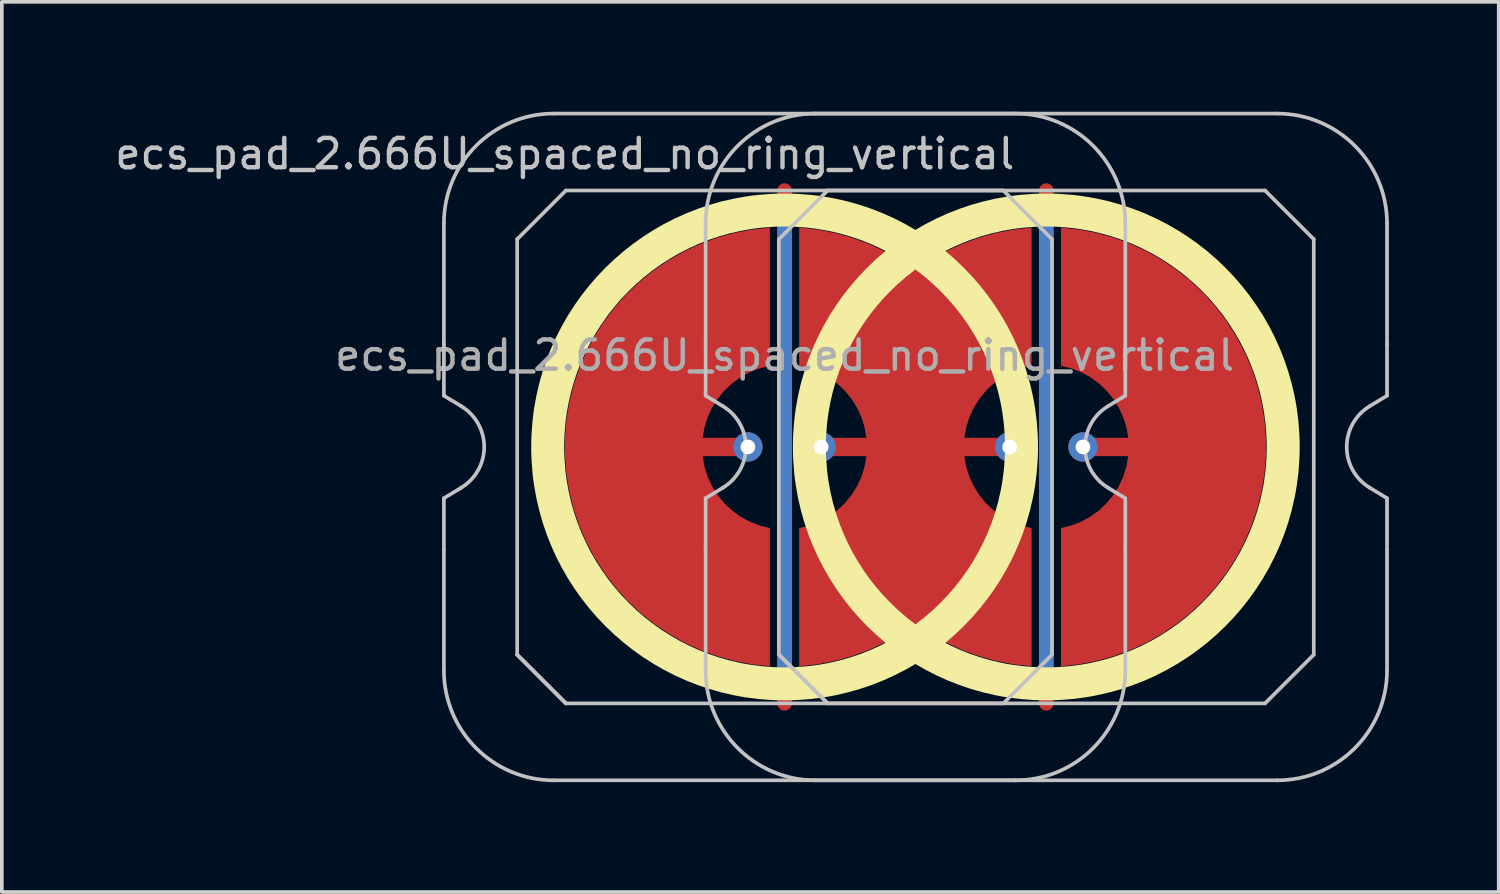
<source format=kicad_pcb>
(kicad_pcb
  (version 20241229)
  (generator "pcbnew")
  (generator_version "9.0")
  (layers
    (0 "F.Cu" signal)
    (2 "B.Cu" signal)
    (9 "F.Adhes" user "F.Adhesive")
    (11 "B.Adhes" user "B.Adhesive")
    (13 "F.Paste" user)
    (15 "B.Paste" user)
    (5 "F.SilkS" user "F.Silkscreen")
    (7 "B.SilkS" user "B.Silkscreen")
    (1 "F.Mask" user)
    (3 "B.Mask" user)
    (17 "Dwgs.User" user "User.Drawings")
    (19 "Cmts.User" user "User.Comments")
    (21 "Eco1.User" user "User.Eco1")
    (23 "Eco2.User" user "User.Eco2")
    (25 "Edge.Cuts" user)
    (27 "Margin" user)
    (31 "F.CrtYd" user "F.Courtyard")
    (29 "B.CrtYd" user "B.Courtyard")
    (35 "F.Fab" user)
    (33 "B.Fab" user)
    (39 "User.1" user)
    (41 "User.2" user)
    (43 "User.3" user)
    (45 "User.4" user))
  (footprint "ecs_pad_2.666U_spaced_no_ring_vertical"
    (layer "F.Cu")
    (at 25.51 9.15)
    (property "Reference" "ecs_pad_2.666U_spaced_no_ring_vertical" (at -13.143 -8 0) (layer "Dwgs.User") (effects (font (size 0.8 0.8) (thickness 0.12))))
    (attr smd)
    (fp_circle (center -7.143 0) (end -0.676 0) (stroke (width 0.9) (type solid)) (fill no) (layer "F.SilkS"))
    (fp_circle (center 0 0) (end 6.467 0) (stroke (width 0.9) (type solid)) (fill no) (layer "F.SilkS"))
    (fp_line (start -16.443 -2.805) (end -16.443 -6.1) (stroke (width 0.1) (type solid)) (layer "Dwgs.User"))
    (fp_line (start -16.443 -1.4) (end -16.443 -2.805) (stroke (width 0.1) (type solid)) (layer "Dwgs.User"))
    (fp_line (start -16.443 1.4) (end -15.967 1.111) (stroke (width 0.1) (type solid)) (layer "Dwgs.User"))
    (fp_line (start -16.443 2.805) (end -16.443 1.4) (stroke (width 0.1) (type solid)) (layer "Dwgs.User"))
    (fp_line (start -16.443 6.1) (end -16.443 2.805) (stroke (width 0.1) (type solid)) (layer "Dwgs.User"))
    (fp_line (start -15.967 -1.111) (end -16.443 -1.4) (stroke (width 0.1) (type solid)) (layer "Dwgs.User"))
    (fp_line (start -14.443 -5.67) (end -13.113 -7) (stroke (width 0.1) (type solid)) (layer "Dwgs.User"))
    (fp_line (start -14.443 5.67) (end -14.443 -5.67) (stroke (width 0.1) (type solid)) (layer "Dwgs.User"))
    (fp_line (start -14.443 5.67) (end -13.113 7) (stroke (width 0.1) (type solid)) (layer "Dwgs.User"))
    (fp_line (start -13.443 -9.1) (end -0.843 -9.1) (stroke (width 0.1) (type solid)) (layer "Dwgs.User"))
    (fp_line (start -13.113 -7) (end -1.173 -7) (stroke (width 0.1) (type solid)) (layer "Dwgs.User"))
    (fp_line (start -13.113 7) (end -14.443 5.67) (stroke (width 0.1) (type solid)) (layer "Dwgs.User"))
    (fp_line (start -9.299 -2.805) (end -9.299 -6.1) (stroke (width 0.1) (type solid)) (layer "Dwgs.User"))
    (fp_line (start -9.299 -1.4) (end -9.299 -2.805) (stroke (width 0.1) (type solid)) (layer "Dwgs.User"))
    (fp_line (start -9.299 1.4) (end -8.824 1.111) (stroke (width 0.1) (type solid)) (layer "Dwgs.User"))
    (fp_line (start -9.299 2.805) (end -9.299 1.4) (stroke (width 0.1) (type solid)) (layer "Dwgs.User"))
    (fp_line (start -9.299 6.1) (end -9.299 2.805) (stroke (width 0.1) (type solid)) (layer "Dwgs.User"))
    (fp_line (start -8.824 -1.111) (end -9.299 -1.4) (stroke (width 0.1) (type solid)) (layer "Dwgs.User"))
    (fp_line (start -7.299 -5.67) (end -5.969 -7) (stroke (width 0.1) (type solid)) (layer "Dwgs.User"))
    (fp_line (start -7.299 5.67) (end -7.299 -5.67) (stroke (width 0.1) (type solid)) (layer "Dwgs.User"))
    (fp_line (start -7.299 5.67) (end -5.969 7) (stroke (width 0.1) (type solid)) (layer "Dwgs.User"))
    (fp_line (start -6.299 -9.1) (end 6.301 -9.1) (stroke (width 0.1) (type solid)) (layer "Dwgs.User"))
    (fp_line (start -5.969 -7) (end 5.971 -7) (stroke (width 0.1) (type solid)) (layer "Dwgs.User"))
    (fp_line (start -5.969 7) (end -7.299 5.67) (stroke (width 0.1) (type solid)) (layer "Dwgs.User"))
    (fp_line (start -1.173 -7) (end 0.157 -5.67) (stroke (width 0.1) (type solid)) (layer "Dwgs.User"))
    (fp_line (start -1.173 7) (end -13.113 7) (stroke (width 0.1) (type solid)) (layer "Dwgs.User"))
    (fp_line (start -0.843 9.1) (end -13.443 9.1) (stroke (width 0.1) (type solid)) (layer "Dwgs.User"))
    (fp_line (start 0.157 -5.67) (end 0.157 5.67) (stroke (width 0.1) (type solid)) (layer "Dwgs.User"))
    (fp_line (start 0.157 5.67) (end -1.173 7) (stroke (width 0.1) (type solid)) (layer "Dwgs.User"))
    (fp_line (start 1.681 1.111) (end 2.157 1.4) (stroke (width 0.1) (type solid)) (layer "Dwgs.User"))
    (fp_line (start 2.157 -6.1) (end 2.157 -2.805) (stroke (width 0.1) (type solid)) (layer "Dwgs.User"))
    (fp_line (start 2.157 -2.805) (end 2.157 -1.4) (stroke (width 0.1) (type solid)) (layer "Dwgs.User"))
    (fp_line (start 2.157 -1.4) (end 1.681 -1.111) (stroke (width 0.1) (type solid)) (layer "Dwgs.User"))
    (fp_line (start 2.157 1.4) (end 2.157 2.805) (stroke (width 0.1) (type solid)) (layer "Dwgs.User"))
    (fp_line (start 2.157 2.805) (end 2.157 6.1) (stroke (width 0.1) (type solid)) (layer "Dwgs.User"))
    (fp_line (start 5.971 -7) (end 7.301 -5.67) (stroke (width 0.1) (type solid)) (layer "Dwgs.User"))
    (fp_line (start 5.971 7) (end -5.969 7) (stroke (width 0.1) (type solid)) (layer "Dwgs.User"))
    (fp_line (start 6.301 9.1) (end -6.299 9.1) (stroke (width 0.1) (type solid)) (layer "Dwgs.User"))
    (fp_line (start 7.301 -5.67) (end 7.301 5.67) (stroke (width 0.1) (type solid)) (layer "Dwgs.User"))
    (fp_line (start 7.301 5.67) (end 5.971 7) (stroke (width 0.1) (type solid)) (layer "Dwgs.User"))
    (fp_line (start 8.825 1.111) (end 9.301 1.4) (stroke (width 0.1) (type solid)) (layer "Dwgs.User"))
    (fp_line (start 9.301 -6.1) (end 9.301 -2.805) (stroke (width 0.1) (type solid)) (layer "Dwgs.User"))
    (fp_line (start 9.301 -2.805) (end 9.301 -1.4) (stroke (width 0.1) (type solid)) (layer "Dwgs.User"))
    (fp_line (start 9.301 -1.4) (end 8.825 -1.111) (stroke (width 0.1) (type solid)) (layer "Dwgs.User"))
    (fp_line (start 9.301 1.4) (end 9.301 2.805) (stroke (width 0.1) (type solid)) (layer "Dwgs.User"))
    (fp_line (start 9.301 2.805) (end 9.301 6.1) (stroke (width 0.1) (type solid)) (layer "Dwgs.User"))
    (fp_arc (start -16.442954 -6.1) (mid -15.564274 -8.22132) (end -13.442954 -9.1) (stroke (width 0.1) (type solid)) (layer "Dwgs.User"))
    (fp_arc (start -15.967287 -1.110619) (mid -15.342954 0) (end -15.967287 1.110619) (stroke (width 0.1) (type solid)) (layer "Dwgs.User"))
    (fp_arc (start -13.442954 9.1) (mid -15.564274 8.22132) (end -16.442954 6.1) (stroke (width 0.1) (type solid)) (layer "Dwgs.User"))
    (fp_arc (start -9.299204 -6.1) (mid -8.420524 -8.22132) (end -6.299204 -9.1) (stroke (width 0.1) (type solid)) (layer "Dwgs.User"))
    (fp_arc (start -8.823537 -1.110619) (mid -8.199204 0) (end -8.823537 1.110619) (stroke (width 0.1) (type solid)) (layer "Dwgs.User"))
    (fp_arc (start -6.299204 9.1) (mid -8.420524 8.22132) (end -9.299204 6.1) (stroke (width 0.1) (type solid)) (layer "Dwgs.User"))
    (fp_arc (start -0.842954 -9.1) (mid 1.278366 -8.22132) (end 2.157046 -6.1) (stroke (width 0.1) (type solid)) (layer "Dwgs.User"))
    (fp_arc (start 1.681379 1.110619) (mid 1.057046 0) (end 1.681379 -1.110619) (stroke (width 0.1) (type solid)) (layer "Dwgs.User"))
    (fp_arc (start 2.157046 6.1) (mid 1.278366 8.22132) (end -0.842954 9.1) (stroke (width 0.1) (type solid)) (layer "Dwgs.User"))
    (fp_arc (start 6.300796 -9.1) (mid 8.422116 -8.22132) (end 9.300796 -6.1) (stroke (width 0.1) (type solid)) (layer "Dwgs.User"))
    (fp_arc (start 8.825129 1.110619) (mid 8.200796 0) (end 8.825129 -1.110619) (stroke (width 0.1) (type solid)) (layer "Dwgs.User"))
    (fp_arc (start 9.300796 6.1) (mid 8.422116 8.22132) (end 6.300796 9.1) (stroke (width 0.1) (type solid)) (layer "Dwgs.User"))
    (fp_text user "${REFERENCE}" (at -7.143 -2.5 0) (layer "F.Fab") (effects (font (size 0.8 0.8) (thickness 0.12))))
    (pad "1" smd custom (at -8.145 0) (size 0.4 0.4) (layers "F.Cu") (options (anchor circle)) (primitives (gr_poly (pts (xy 0.6 -2.214) (xy 0.32 -2.145) (xy 0.052 -2.041) (xy -0.201 -1.903) (xy -0.434 -1.734) (xy -0.644 -1.536) (xy -0.826 -1.314) (xy -0.979 -1.07) (xy -1.1 -0.808) (xy -1.186 -0.534) (xy -1.236 -0.25) (xy 0 -0.25) (xy 0.096 -0.231) (xy 0.177 -0.177) (xy 0.231 -0.096) (xy 0.25 0) (xy 0.231 0.096) (xy 0.177 0.177) (xy 0.096 0.231) (xy 0 0.25) (xy -1.236 0.25) (xy -1.186 0.534) (xy -1.1 0.808) (xy -0.979 1.07) (xy -0.826 1.314) (xy -0.644 1.536) (xy -0.434 1.734) (xy -0.201 1.903) (xy 0.052 2.041) (xy 0.32 2.145) (xy 0.6 2.214) (xy 0.6 5.987) (xy 0.115 5.934) (xy -0.364 5.843) (xy -0.834 5.713) (xy -1.292 5.545) (xy -1.735 5.341) (xy -2.159 5.101) (xy -2.563 4.827) (xy -2.943 4.522) (xy -3.298 4.187) (xy -3.623 3.824) (xy -3.919 3.436) (xy -4.182 3.025) (xy -4.41 2.594) (xy -4.603 2.147) (xy -4.759 1.684) (xy -4.876 1.211) (xy -4.955 0.73) (xy -4.995 0.244) (xy -4.995 -0.244) (xy -4.955 -0.73) (xy -4.876 -1.211) (xy -4.759 -1.684) (xy -4.603 -2.147) (xy -4.41 -2.594) (xy -4.182 -3.025) (xy -3.919 -3.436) (xy -3.623 -3.824) (xy -3.298 -4.187) (xy -2.943 -4.522) (xy -2.563 -4.827) (xy -2.159 -5.101) (xy -1.735 -5.341) (xy -1.292 -5.545) (xy -0.834 -5.713) (xy -0.364 -5.843) (xy 0.115 -5.934) (xy 0.6 -5.987)) (width 0) (fill yes))))
    (pad "1" thru_hole circle (at -8.145 0) (size 0.8 0.8) (drill 0.4) (layers "*.Cu"))
    (pad "2" thru_hole circle (at -6.143 0) (size 0.8 0.8) (drill 0.4) (layers "*.Cu"))
    (pad "2" smd custom (at -1.001 0) (size 0.282 0.282) (layers "F.Cu") (options (anchor circle)) (primitives (gr_poly (pts (xy 0.6 5.987) (xy 0.6 2.214) (xy 0.32 2.145) (xy 0.052 2.041) (xy -0.201 1.903) (xy -0.434 1.734) (xy -0.644 1.536) (xy -0.826 1.314) (xy -0.979 1.07) (xy -1.1 0.808) (xy -1.186 0.534) (xy -1.236 0.25) (xy 0 0.25) (xy 0.096 0.231) (xy 0.177 0.177) (xy 0.231 0.096) (xy 0.25 0) (xy 0.231 -0.096) (xy 0.177 -0.177) (xy 0.096 -0.231) (xy 0 -0.25) (xy -1.236 -0.25) (xy -1.186 -0.534) (xy -1.1 -0.808) (xy -0.979 -1.07) (xy -0.826 -1.314) (xy -0.644 -1.536) (xy -0.434 -1.734) (xy -0.201 -1.903) (xy 0.052 -2.041) (xy 0.32 -2.145) (xy 0.6 -2.214) (xy 0.6 -5.987) (xy 0.114 -5.934) (xy -0.367 -5.842) (xy -0.838 -5.711) (xy -1.298 -5.543) (xy -1.742 -5.337) (xy -2.167 -5.096) (xy -2.572 -4.821) (xy -2.977 -5.096) (xy -3.402 -5.337) (xy -3.846 -5.543) (xy -4.305 -5.711) (xy -4.777 -5.842) (xy -5.257 -5.934) (xy -5.744 -5.987) (xy -5.744 -2.214) (xy -5.464 -2.145) (xy -5.196 -2.041) (xy -4.943 -1.903) (xy -4.71 -1.734) (xy -4.5 -1.537) (xy -4.317 -1.314) (xy -4.164 -1.07) (xy -4.044 -0.808) (xy -3.958 -0.534) (xy -3.908 -0.25) (xy -5.144 -0.25) (xy -5.239 -0.231) (xy -5.32 -0.177) (xy -5.375 -0.096) (xy -5.394 0) (xy -5.375 0.096) (xy -5.32 0.177) (xy -5.239 0.231) (xy -5.144 0.25) (xy -3.908 0.25) (xy -3.958 0.534) (xy -4.044 0.808) (xy -4.164 1.07) (xy -4.317 1.314) (xy -4.5 1.537) (xy -4.71 1.734) (xy -4.943 1.903) (xy -5.196 2.041) (xy -5.464 2.145) (xy -5.744 2.214) (xy -5.744 5.987) (xy -5.257 5.934) (xy -4.777 5.842) (xy -4.305 5.711) (xy -3.846 5.543) (xy -3.402 5.337) (xy -2.977 5.096) (xy -2.572 4.821) (xy -2.167 5.096) (xy -1.741 5.337) (xy -1.298 5.543) (xy -0.838 5.711) (xy -0.367 5.842) (xy 0.114 5.934)) (width 0) (fill yes))))
    (pad "2" thru_hole circle (at -1.001 0 180) (size 0.8 0.8) (drill 0.4) (layers "*.Cu"))
    (pad "3" smd custom (at 1.001 0 180) (size 0.4 0.4) (layers "F.Cu") (options (anchor circle)) (primitives (gr_poly (pts (xy 0.6 -2.214) (xy 0.32 -2.145) (xy 0.052 -2.041) (xy -0.201 -1.903) (xy -0.434 -1.734) (xy -0.644 -1.536) (xy -0.826 -1.314) (xy -0.979 -1.07) (xy -1.1 -0.808) (xy -1.186 -0.534) (xy -1.236 -0.25) (xy 0 -0.25) (xy 0.096 -0.231) (xy 0.177 -0.177) (xy 0.231 -0.096) (xy 0.25 0) (xy 0.231 0.096) (xy 0.177 0.177) (xy 0.096 0.231) (xy 0 0.25) (xy -1.236 0.25) (xy -1.186 0.534) (xy -1.1 0.808) (xy -0.979 1.07) (xy -0.826 1.314) (xy -0.644 1.536) (xy -0.434 1.734) (xy -0.201 1.903) (xy 0.052 2.041) (xy 0.32 2.145) (xy 0.6 2.214) (xy 0.6 5.987) (xy 0.115 5.934) (xy -0.364 5.843) (xy -0.834 5.713) (xy -1.292 5.545) (xy -1.735 5.341) (xy -2.159 5.101) (xy -2.563 4.827) (xy -2.943 4.522) (xy -3.298 4.187) (xy -3.623 3.824) (xy -3.919 3.436) (xy -4.182 3.025) (xy -4.41 2.594) (xy -4.603 2.147) (xy -4.759 1.684) (xy -4.876 1.211) (xy -4.955 0.73) (xy -4.995 0.244) (xy -4.995 -0.244) (xy -4.955 -0.73) (xy -4.876 -1.211) (xy -4.759 -1.684) (xy -4.603 -2.147) (xy -4.41 -2.594) (xy -4.182 -3.025) (xy -3.919 -3.436) (xy -3.623 -3.824) (xy -3.298 -4.187) (xy -2.943 -4.522) (xy -2.563 -4.827) (xy -2.159 -5.101) (xy -1.735 -5.341) (xy -1.292 -5.545) (xy -0.834 -5.713) (xy -0.364 -5.843) (xy 0.115 -5.934) (xy 0.6 -5.987)) (width 0) (fill yes))))
    (pad "3" thru_hole circle (at 1.001 0 180) (size 0.8 0.8) (drill 0.4) (layers "*.Cu"))
    (pad "4" smd custom (at -7.144 0) (size 0.4 0.4) (layers "F.Cu") (options (anchor rect)) (primitives (gr_line (start 0 -7) (end 0 7) (width 0.4))))
    (pad "4" smd custom (at -7.144 0) (size 0.4 0.4) (layers "B.Cu") (options (anchor rect)) (primitives (gr_line (start 0 -6.5) (end 0 6.5) (width 0.4))))
    (pad "4" smd custom (at 0 0) (size 0.4 0.4) (layers "F.Cu") (options (anchor rect)) (primitives (gr_line (start 0 -7) (end 0 7) (width 0.4))))
    (pad "4" smd custom (at 0 0) (size 0.4 0.4) (layers "B.Cu") (options (anchor rect)) (primitives (gr_line (start 0 -6.5) (end 0 6.5) (width 0.4))))
    (zone (net_name "") (layer "F.Cu") (hatch edge 0.508) (connect_pads) (min_thickness 0.254) (filled_areas_thickness no) (keepout (tracks allowed) (vias allowed) (pads allowed) (copperpour not_allowed) (footprints allowed)) (placement (enabled no)) (fill) (polygon (pts (xy 25.372 9.15) (xy 25.353 8.637) (xy 25.296 8.127) (xy 25.203 7.622) (xy 25.073 7.125) (xy 24.906 6.64) (xy 24.705 6.167) (xy 24.469 5.711) (xy 24.201 5.274) (xy 23.902 4.857) (xy 23.572 4.463) (xy 23.215 4.094) (xy 22.832 3.753) (xy 22.424 3.44) (xy 21.995 3.158) (xy 21.547 2.909) (xy 21.081 2.692) (xy 20.601 2.511) (xy 20.109 2.365) (xy 19.607 2.256) (xy 19.099 2.183) (xy 18.587 2.149) (xy 18.073 2.151) (xy 17.562 2.192) (xy 17.054 2.269) (xy 16.554 2.384) (xy 16.063 2.535) (xy 15.585 2.721) (xy 15.121 2.942) (xy 14.675 3.197) (xy 14.249 3.483) (xy 13.845 3.8) (xy 13.466 4.145) (xy 13.112 4.518) (xy 12.787 4.915) (xy 12.492 5.335) (xy 12.228 5.775) (xy 11.998 6.234) (xy 11.801 6.708) (xy 11.64 7.196) (xy 11.515 7.694) (xy 11.427 8.199) (xy 11.376 8.71) (xy 11.362 9.223) (xy 11.386 9.736) (xy 11.448 10.246) (xy 11.547 10.75) (xy 11.682 11.245) (xy 11.854 11.729) (xy 12.06 12.199) (xy 12.3 12.652) (xy 12.573 13.087) (xy 12.877 13.501) (xy 13.21 13.891) (xy 13.571 14.256) (xy 13.958 14.594) (xy 14.369 14.902) (xy 14.801 15.179) (xy 15.252 15.424) (xy 15.72 15.636) (xy 16.202 15.812) (xy 16.696 15.953) (xy 17.198 16.057) (xy 17.707 16.124) (xy 18.22 16.153) (xy 18.733 16.145) (xy 19.245 16.1) (xy 19.751 16.017) (xy 20.25 15.897) (xy 20.739 15.741) (xy 21.216 15.549) (xy 21.677 15.323) (xy 22.12 15.064) (xy 22.543 14.774) (xy 22.944 14.453) (xy 23.32 14.103) (xy 23.669 13.727) (xy 23.99 13.326) (xy 24.281 12.903) (xy 24.54 12.46) (xy 24.766 11.999) (xy 24.957 11.523) (xy 25.114 11.034) (xy 25.233 10.535) (xy 25.316 10.028) (xy 25.362 9.517))))
    (zone (net_name "") (layer "F.Cu") (hatch edge 0.508) (connect_pads) (min_thickness 0.254) (filled_areas_thickness no) (keepout (tracks allowed) (vias allowed) (pads allowed) (copperpour not_allowed) (footprints allowed)) (placement (enabled no)) (fill) (polygon (pts (xy 32.515 9.15) (xy 32.496 8.637) (xy 32.439 8.127) (xy 32.346 7.622) (xy 32.216 7.125) (xy 32.049 6.64) (xy 31.848 6.167) (xy 31.612 5.711) (xy 31.344 5.274) (xy 31.045 4.857) (xy 30.715 4.463) (xy 30.358 4.094) (xy 29.975 3.753) (xy 29.567 3.44) (xy 29.138 3.158) (xy 28.69 2.909) (xy 28.224 2.692) (xy 27.744 2.511) (xy 27.252 2.365) (xy 26.75 2.256) (xy 26.242 2.183) (xy 25.73 2.149) (xy 25.216 2.151) (xy 24.704 2.192) (xy 24.197 2.269) (xy 23.697 2.384) (xy 23.206 2.535) (xy 22.728 2.721) (xy 22.264 2.942) (xy 21.818 3.197) (xy 21.392 3.483) (xy 20.988 3.8) (xy 20.609 4.145) (xy 20.255 4.518) (xy 19.93 4.915) (xy 19.635 5.335) (xy 19.371 5.775) (xy 19.141 6.234) (xy 18.944 6.708) (xy 18.783 7.196) (xy 18.658 7.694) (xy 18.57 8.199) (xy 18.519 8.71) (xy 18.505 9.223) (xy 18.529 9.736) (xy 18.591 10.246) (xy 18.69 10.75) (xy 18.825 11.245) (xy 18.997 11.729) (xy 19.203 12.199) (xy 19.443 12.652) (xy 19.716 13.087) (xy 20.02 13.501) (xy 20.353 13.891) (xy 20.714 14.256) (xy 21.101 14.594) (xy 21.512 14.902) (xy 21.944 15.179) (xy 22.395 15.424) (xy 22.863 15.636) (xy 23.345 15.812) (xy 23.839 15.953) (xy 24.341 16.057) (xy 24.85 16.124) (xy 25.363 16.153) (xy 25.876 16.145) (xy 26.388 16.1) (xy 26.894 16.017) (xy 27.393 15.897) (xy 27.882 15.741) (xy 28.359 15.549) (xy 28.82 15.323) (xy 29.263 15.064) (xy 29.686 14.774) (xy 30.087 14.453) (xy 30.463 14.103) (xy 30.812 13.727) (xy 31.133 13.326) (xy 31.424 12.903) (xy 31.683 12.46) (xy 31.909 11.999) (xy 32.1 11.523) (xy 32.256 11.034) (xy 32.376 10.535) (xy 32.459 10.028) (xy 32.505 9.517))))
    (zone (net_name "") (layer "B.Cu") (hatch edge 0.508) (connect_pads) (min_thickness 0.254) (filled_areas_thickness no) (keepout (tracks allowed) (vias allowed) (pads allowed) (copperpour not_allowed) (footprints allowed)) (placement (enabled no)) (fill) (polygon (pts (xy 24.925 9.15) (xy 24.905 8.635) (xy 24.844 8.124) (xy 24.744 7.619) (xy 24.604 7.123) (xy 24.426 6.64) (xy 24.21 6.173) (xy 23.959 5.723) (xy 23.672 5.295) (xy 23.354 4.891) (xy 23.004 4.513) (xy 22.626 4.163) (xy 22.222 3.844) (xy 21.793 3.558) (xy 21.344 3.307) (xy 20.876 3.091) (xy 20.393 2.913) (xy 19.898 2.773) (xy 19.393 2.672) (xy 18.881 2.612) (xy 18.367 2.592) (xy 17.852 2.612) (xy 17.341 2.672) (xy 16.836 2.773) (xy 16.34 2.913) (xy 15.857 3.091) (xy 15.389 3.307) (xy 14.94 3.558) (xy 14.512 3.844) (xy 14.107 4.163) (xy 13.729 4.513) (xy 13.38 4.891) (xy 13.061 5.295) (xy 12.775 5.723) (xy 12.523 6.173) (xy 12.308 6.64) (xy 12.129 7.123) (xy 11.99 7.619) (xy 11.889 8.124) (xy 11.829 8.635) (xy 11.808 9.15) (xy 11.829 9.665) (xy 11.889 10.176) (xy 11.99 10.681) (xy 12.129 11.177) (xy 12.308 11.66) (xy 12.523 12.127) (xy 12.775 12.577) (xy 13.061 13.005) (xy 13.38 13.409) (xy 13.729 13.787) (xy 14.107 14.137) (xy 14.512 14.456) (xy 14.94 14.742) (xy 15.389 14.993) (xy 15.857 15.209) (xy 16.34 15.387) (xy 16.836 15.527) (xy 17.341 15.628) (xy 17.852 15.688) (xy 18.367 15.708) (xy 18.881 15.688) (xy 19.393 15.628) (xy 19.898 15.527) (xy 20.393 15.387) (xy 20.876 15.209) (xy 21.344 14.993) (xy 21.793 14.742) (xy 22.222 14.456) (xy 22.626 14.137) (xy 23.004 13.787) (xy 23.354 13.409) (xy 23.672 13.005) (xy 23.959 12.577) (xy 24.21 12.127) (xy 24.426 11.66) (xy 24.604 11.177) (xy 24.744 10.681) (xy 24.844 10.176) (xy 24.905 9.665))))
    (zone (net_name "") (layer "B.Cu") (hatch edge 0.508) (connect_pads) (min_thickness 0.254) (filled_areas_thickness no) (keepout (tracks allowed) (vias allowed) (pads allowed) (copperpour not_allowed) (footprints allowed)) (placement (enabled no)) (fill) (polygon (pts (xy 32.068 9.15) (xy 32.048 8.635) (xy 31.987 8.124) (xy 31.887 7.619) (xy 31.747 7.123) (xy 31.569 6.64) (xy 31.353 6.173) (xy 31.101 5.723) (xy 30.815 5.295) (xy 30.497 4.891) (xy 30.147 4.513) (xy 29.769 4.163) (xy 29.364 3.844) (xy 28.936 3.558) (xy 28.487 3.307) (xy 28.019 3.091) (xy 27.536 2.913) (xy 27.041 2.773) (xy 26.536 2.672) (xy 26.024 2.612) (xy 25.51 2.592) (xy 24.995 2.612) (xy 24.484 2.672) (xy 23.979 2.773) (xy 23.483 2.913) (xy 23 3.091) (xy 22.532 3.307) (xy 22.083 3.558) (xy 21.655 3.844) (xy 21.25 4.163) (xy 20.872 4.513) (xy 20.523 4.891) (xy 20.204 5.295) (xy 19.918 5.723) (xy 19.666 6.173) (xy 19.451 6.64) (xy 19.272 7.123) (xy 19.133 7.619) (xy 19.032 8.124) (xy 18.972 8.635) (xy 18.951 9.15) (xy 18.972 9.665) (xy 19.032 10.176) (xy 19.133 10.681) (xy 19.272 11.177) (xy 19.451 11.66) (xy 19.666 12.127) (xy 19.918 12.577) (xy 20.204 13.005) (xy 20.523 13.409) (xy 20.872 13.787) (xy 21.25 14.137) (xy 21.655 14.456) (xy 22.083 14.742) (xy 22.532 14.993) (xy 23 15.209) (xy 23.483 15.387) (xy 23.979 15.527) (xy 24.484 15.628) (xy 24.995 15.688) (xy 25.51 15.708) (xy 26.024 15.688) (xy 26.536 15.628) (xy 27.041 15.527) (xy 27.536 15.387) (xy 28.019 15.209) (xy 28.487 14.993) (xy 28.936 14.742) (xy 29.364 14.456) (xy 29.769 14.137) (xy 30.147 13.787) (xy 30.497 13.409) (xy 30.815 13.005) (xy 31.101 12.577) (xy 31.353 12.127) (xy 31.569 11.66) (xy 31.747 11.177) (xy 31.887 10.681) (xy 31.987 10.176) (xy 32.048 9.665)))))
  (gr_rect
    (start -3 -3)
    (end 37.86 21.3)
    (stroke (width 0.1) (type default))
    (fill no)
    (layer "Edge.Cuts")))
</source>
